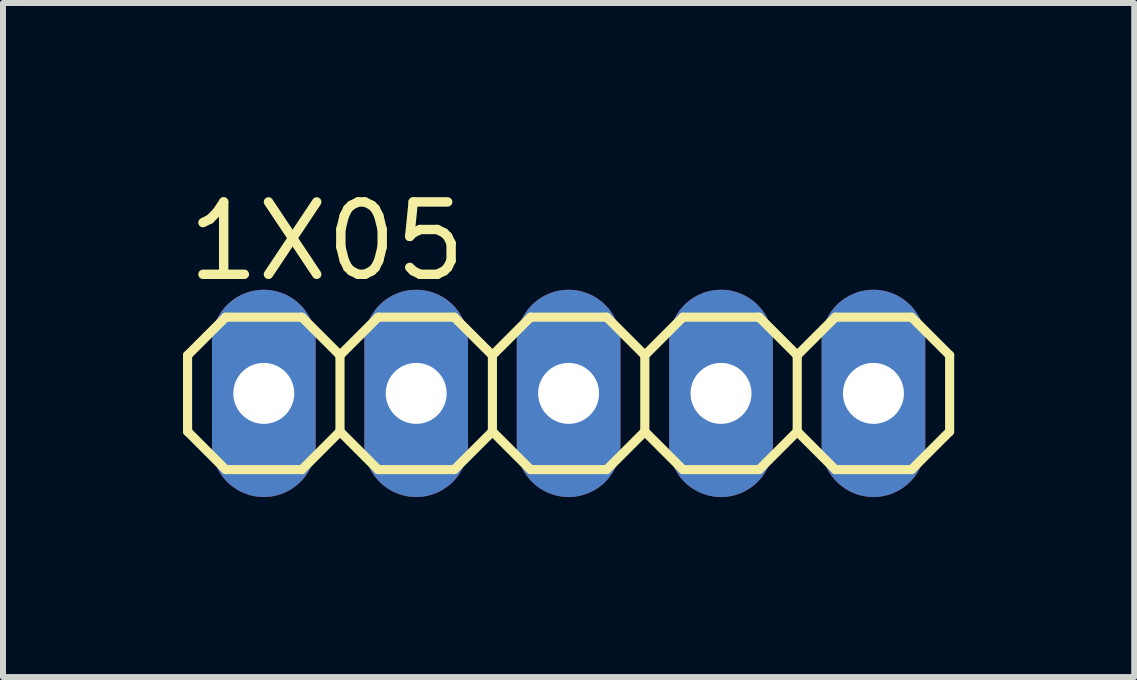
<source format=kicad_pcb>
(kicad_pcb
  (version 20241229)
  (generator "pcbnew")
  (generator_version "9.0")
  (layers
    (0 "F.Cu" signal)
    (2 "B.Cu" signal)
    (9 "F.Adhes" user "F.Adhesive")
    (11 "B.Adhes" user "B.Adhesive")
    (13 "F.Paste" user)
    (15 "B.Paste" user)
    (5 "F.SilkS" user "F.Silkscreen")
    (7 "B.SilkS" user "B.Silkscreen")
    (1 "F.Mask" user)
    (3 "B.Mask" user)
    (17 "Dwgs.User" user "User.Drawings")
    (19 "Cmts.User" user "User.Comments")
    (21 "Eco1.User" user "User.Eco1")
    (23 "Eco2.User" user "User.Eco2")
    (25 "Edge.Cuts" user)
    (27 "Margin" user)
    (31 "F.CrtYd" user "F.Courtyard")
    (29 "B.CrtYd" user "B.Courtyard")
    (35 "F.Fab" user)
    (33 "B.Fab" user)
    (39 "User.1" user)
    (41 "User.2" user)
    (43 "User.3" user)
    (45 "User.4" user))
  (footprint "1X05"
    (layer "F.Cu")
    (at 6.426 3.506)
    (property "Reference" "1X05" (at -6.426 -1.829 180) (layer "F.SilkS") (effects (font (size 1.206 1.206) (thickness 0.157)) (justify left bottom)))
    (attr through_hole)
    (fp_line (start -6.35 -0.635) (end -6.35 0.635) (stroke (width 0.152) (type solid)) (layer "F.SilkS"))
    (fp_line (start -6.35 0.635) (end -5.715 1.27) (stroke (width 0.152) (type solid)) (layer "F.SilkS"))
    (fp_line (start -5.715 -1.27) (end -6.35 -0.635) (stroke (width 0.152) (type solid)) (layer "F.SilkS"))
    (fp_line (start -5.715 -1.27) (end -4.445 -1.27) (stroke (width 0.152) (type solid)) (layer "F.SilkS"))
    (fp_line (start -4.445 -1.27) (end -3.81 -0.635) (stroke (width 0.152) (type solid)) (layer "F.SilkS"))
    (fp_line (start -4.445 1.27) (end -5.715 1.27) (stroke (width 0.152) (type solid)) (layer "F.SilkS"))
    (fp_line (start -3.81 -0.635) (end -3.81 0.635) (stroke (width 0.152) (type solid)) (layer "F.SilkS"))
    (fp_line (start -3.81 -0.635) (end -3.175 -1.27) (stroke (width 0.152) (type solid)) (layer "F.SilkS"))
    (fp_line (start -3.81 0.635) (end -4.445 1.27) (stroke (width 0.152) (type solid)) (layer "F.SilkS"))
    (fp_line (start -3.175 -1.27) (end -1.905 -1.27) (stroke (width 0.152) (type solid)) (layer "F.SilkS"))
    (fp_line (start -3.175 1.27) (end -3.81 0.635) (stroke (width 0.152) (type solid)) (layer "F.SilkS"))
    (fp_line (start -1.905 -1.27) (end -1.27 -0.635) (stroke (width 0.152) (type solid)) (layer "F.SilkS"))
    (fp_line (start -1.905 1.27) (end -3.175 1.27) (stroke (width 0.152) (type solid)) (layer "F.SilkS"))
    (fp_line (start -1.27 -0.635) (end -1.27 0.635) (stroke (width 0.152) (type solid)) (layer "F.SilkS"))
    (fp_line (start -1.27 -0.635) (end -0.635 -1.27) (stroke (width 0.152) (type solid)) (layer "F.SilkS"))
    (fp_line (start -1.27 0.635) (end -1.905 1.27) (stroke (width 0.152) (type solid)) (layer "F.SilkS"))
    (fp_line (start -0.635 -1.27) (end 0.635 -1.27) (stroke (width 0.152) (type solid)) (layer "F.SilkS"))
    (fp_line (start -0.635 1.27) (end -1.27 0.635) (stroke (width 0.152) (type solid)) (layer "F.SilkS"))
    (fp_line (start 0.635 -1.27) (end 1.27 -0.635) (stroke (width 0.152) (type solid)) (layer "F.SilkS"))
    (fp_line (start 0.635 1.27) (end -0.635 1.27) (stroke (width 0.152) (type solid)) (layer "F.SilkS"))
    (fp_line (start 1.27 -0.635) (end 1.27 0.635) (stroke (width 0.152) (type solid)) (layer "F.SilkS"))
    (fp_line (start 1.27 0.635) (end 0.635 1.27) (stroke (width 0.152) (type solid)) (layer "F.SilkS"))
    (fp_line (start 1.27 0.635) (end 1.905 1.27) (stroke (width 0.152) (type solid)) (layer "F.SilkS"))
    (fp_line (start 1.905 -1.27) (end 1.27 -0.635) (stroke (width 0.152) (type solid)) (layer "F.SilkS"))
    (fp_line (start 1.905 -1.27) (end 3.175 -1.27) (stroke (width 0.152) (type solid)) (layer "F.SilkS"))
    (fp_line (start 3.175 -1.27) (end 3.81 -0.635) (stroke (width 0.152) (type solid)) (layer "F.SilkS"))
    (fp_line (start 3.175 1.27) (end 1.905 1.27) (stroke (width 0.152) (type solid)) (layer "F.SilkS"))
    (fp_line (start 3.81 -0.635) (end 3.81 0.635) (stroke (width 0.152) (type solid)) (layer "F.SilkS"))
    (fp_line (start 3.81 0.635) (end 3.175 1.27) (stroke (width 0.152) (type solid)) (layer "F.SilkS"))
    (fp_line (start 3.81 0.635) (end 4.445 1.27) (stroke (width 0.152) (type solid)) (layer "F.SilkS"))
    (fp_line (start 4.445 -1.27) (end 3.81 -0.635) (stroke (width 0.152) (type solid)) (layer "F.SilkS"))
    (fp_line (start 4.445 -1.27) (end 5.715 -1.27) (stroke (width 0.152) (type solid)) (layer "F.SilkS"))
    (fp_line (start 5.715 -1.27) (end 6.35 -0.635) (stroke (width 0.152) (type solid)) (layer "F.SilkS"))
    (fp_line (start 5.715 1.27) (end 4.445 1.27) (stroke (width 0.152) (type solid)) (layer "F.SilkS"))
    (fp_line (start 6.35 -0.635) (end 6.35 0.635) (stroke (width 0.152) (type solid)) (layer "F.SilkS"))
    (fp_line (start 6.35 0.635) (end 5.715 1.27) (stroke (width 0.152) (type solid)) (layer "F.SilkS"))
    (fp_poly (pts (xy -5.334 0.254) (xy -4.826 0.254) (xy -4.826 -0.254) (xy -5.334 -0.254)) (stroke (width 0.1) (type solid)) (fill no) (layer "F.Fab"))
    (fp_poly (pts (xy -2.794 0.254) (xy -2.286 0.254) (xy -2.286 -0.254) (xy -2.794 -0.254)) (stroke (width 0.1) (type solid)) (fill no) (layer "F.Fab"))
    (fp_poly (pts (xy -0.254 0.254) (xy 0.254 0.254) (xy 0.254 -0.254) (xy -0.254 -0.254)) (stroke (width 0.1) (type solid)) (fill no) (layer "F.Fab"))
    (fp_poly (pts (xy 2.286 0.254) (xy 2.794 0.254) (xy 2.794 -0.254) (xy 2.286 -0.254)) (stroke (width 0.1) (type solid)) (fill no) (layer "F.Fab"))
    (fp_poly (pts (xy 4.826 0.254) (xy 5.334 0.254) (xy 5.334 -0.254) (xy 4.826 -0.254)) (stroke (width 0.1) (type solid)) (fill no) (layer "F.Fab"))
    (pad "1" thru_hole oval (at -5.08 0 90) (size 3.454 1.727) (drill 1.016) (layers "*.Cu" "*.Mask"))
    (pad "2" thru_hole oval (at -2.54 0 90) (size 3.454 1.727) (drill 1.016) (layers "*.Cu" "*.Mask"))
    (pad "3" thru_hole oval (at 0 0 90) (size 3.454 1.727) (drill 1.016) (layers "*.Cu" "*.Mask"))
    (pad "4" thru_hole oval (at 2.54 0 90) (size 3.454 1.727) (drill 1.016) (layers "*.Cu" "*.Mask"))
    (pad "5" thru_hole oval (at 5.08 0 90) (size 3.454 1.727) (drill 1.016) (layers "*.Cu" "*.Mask")))
  (gr_rect
    (start -3 -3)
    (end 15.852 8.233)
    (stroke (width 0.1) (type default))
    (fill no)
    (layer "Edge.Cuts")))
</source>
